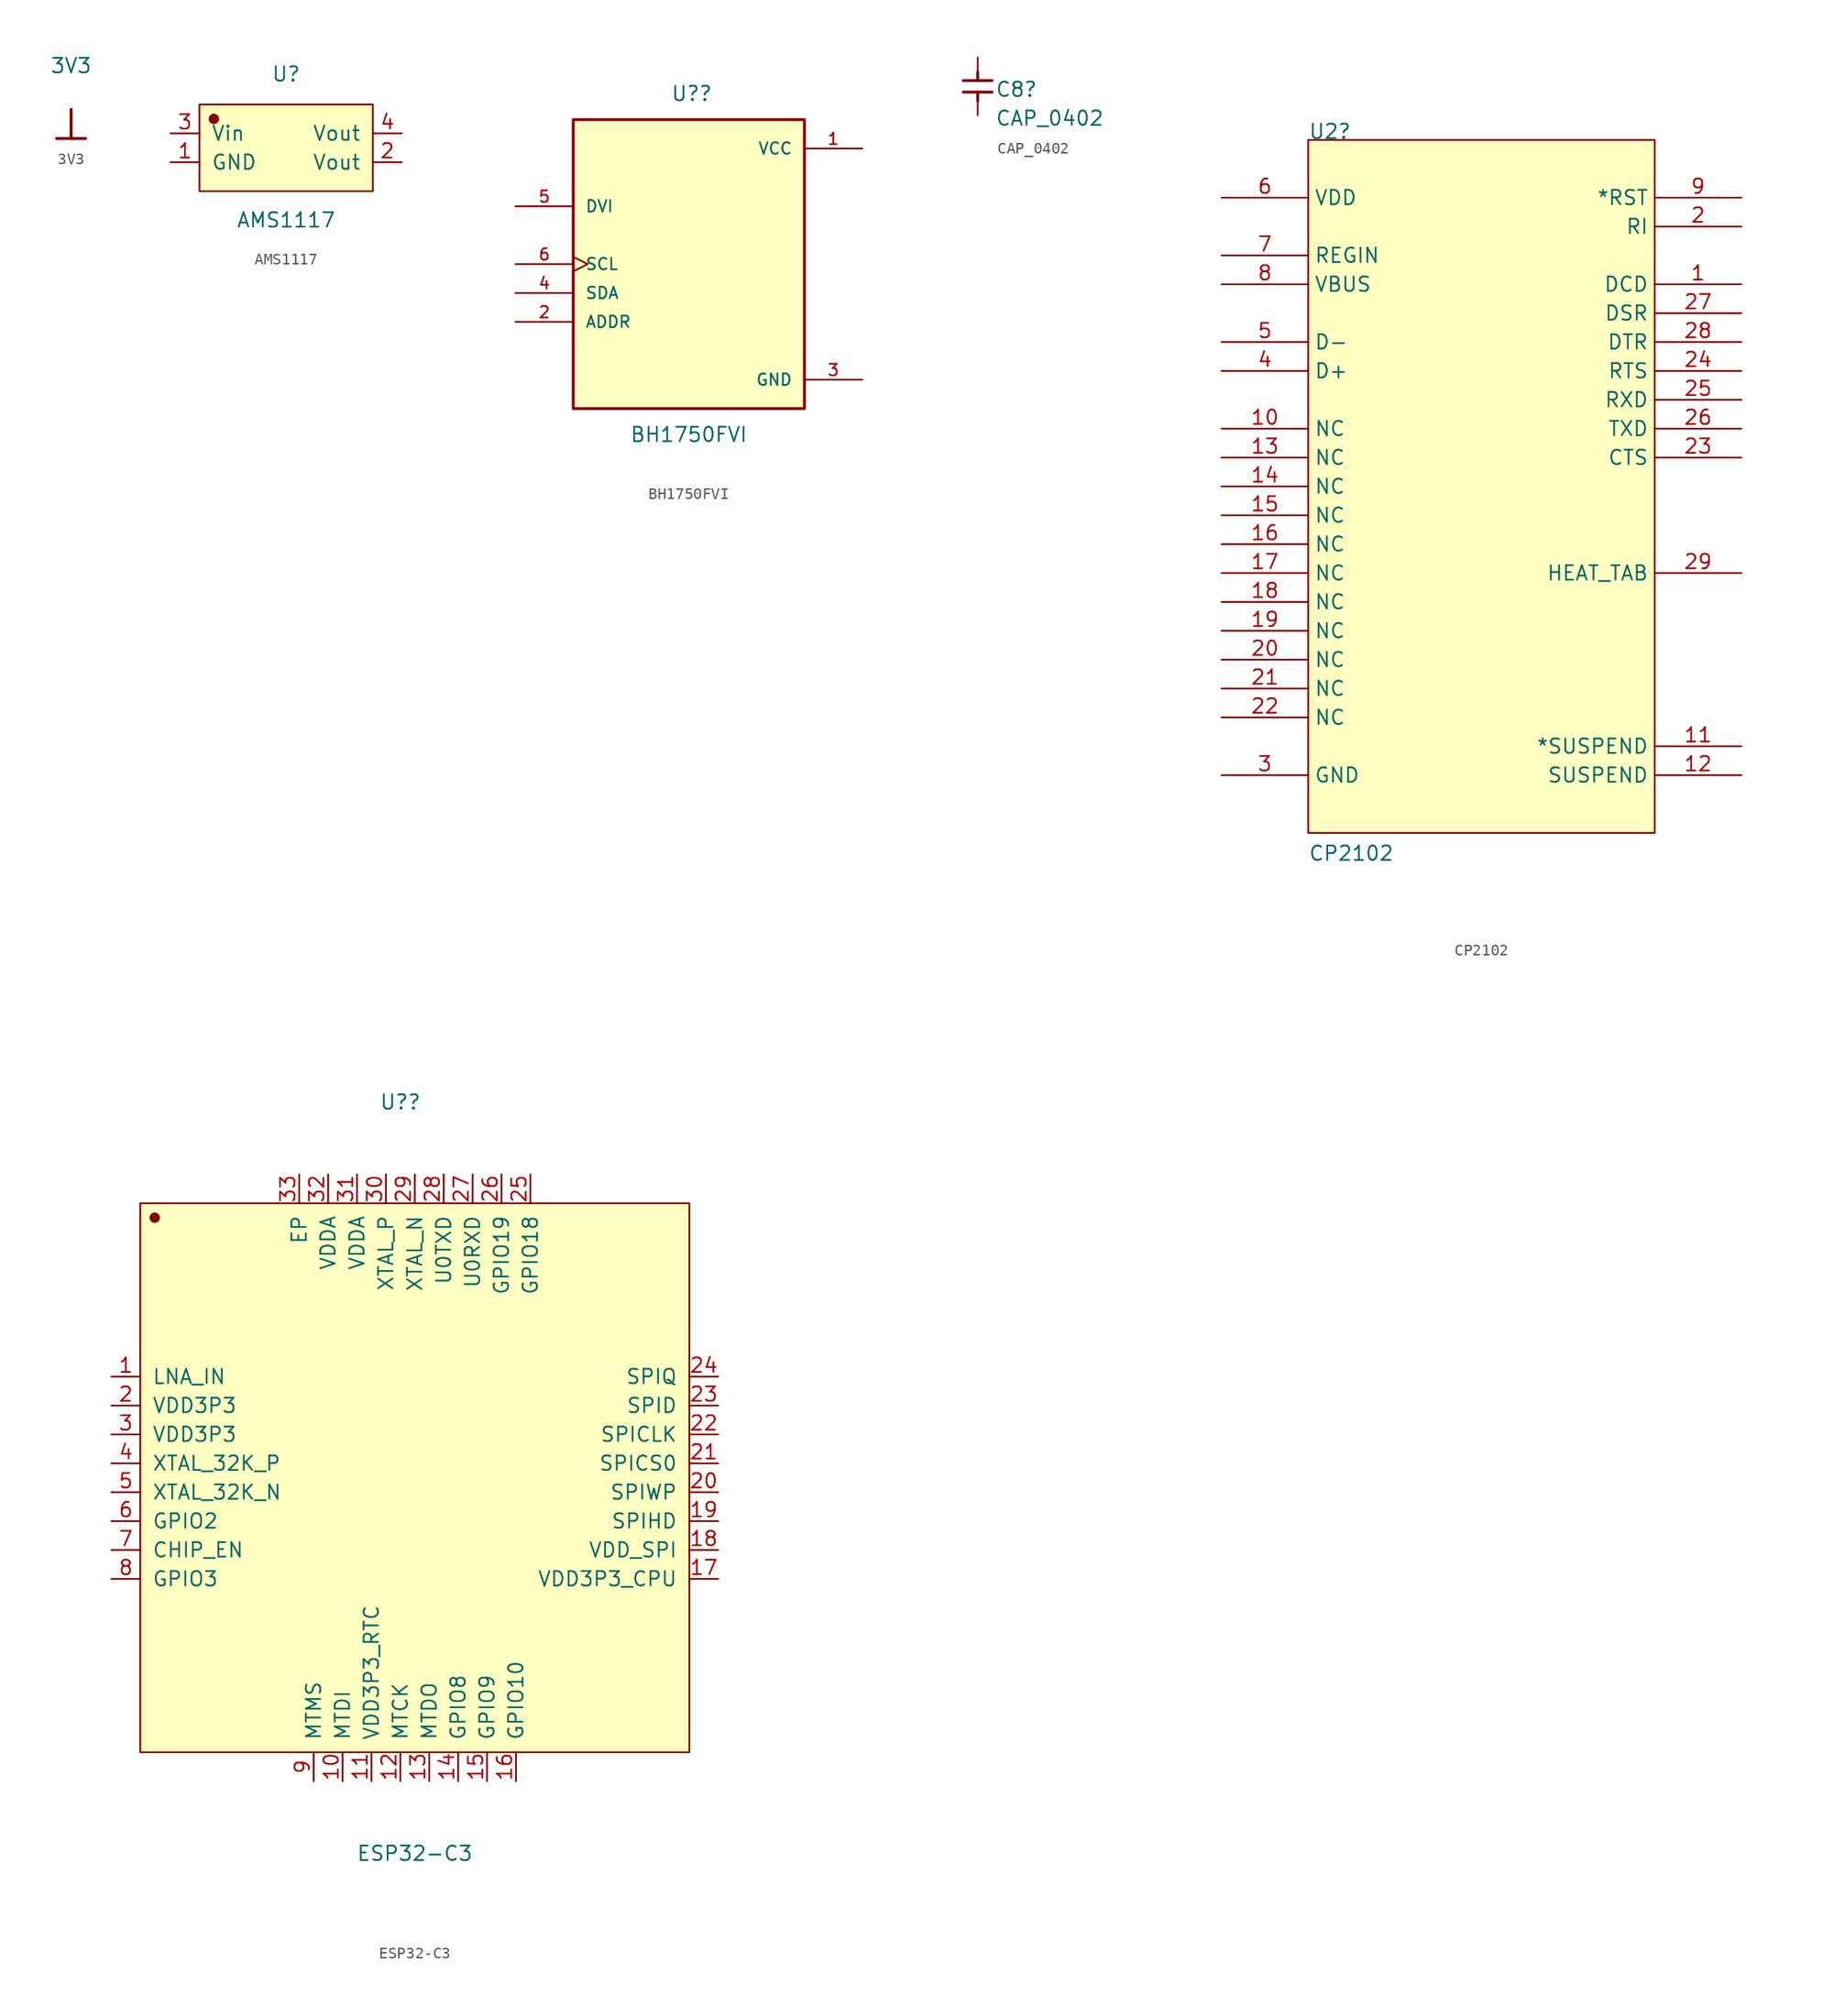
<source format=kicad_sym>
(kicad_symbol_lib
  (version 20220914)
  (generator kicad_symbol_editor)
  (symbol "3V3"
    (power)
    (property "Reference" "#PWR066"
      (at 0 0 0)
      (effects (font (size 1.27 1.27)) hide))
    (property "Value" "3V3"
      (at 0 3.81 0)
      (effects (font (size 1.27 1.27))))
    (symbol "3V3_0_0"
      (polyline (pts (xy -1.27 -2.54) (xy 1.27 -2.54)) (stroke (width 0.254) (type default)) (fill (type none)))
      (polyline (pts (xy 0 0) (xy 0 -2.54)) (stroke (width 0.254) (type default)) (fill (type none)))
      (pin power_in line (at 0 0 0) (length 0) hide (name "3V3" (effects (font (size 1.27 1.27)))) (number "" (effects (font (size 1.27 1.27)))))))
  (symbol "AMS1117"
    (pin_names
      (offset 1.016))
    (property "Reference" "U"
      (at 0 6.477 0)
      (effects (font (size 1.27 1.27))))
    (property "Value" "AMS1117"
      (at 0 -6.35 0)
      (effects (font (size 1.27 1.27))))
    (symbol "AMS1117_1_1"
      (rectangle (start -7.62 3.81) (end 7.62 -3.81) (stroke (width 0.152) (type default)) (fill (type background)))
      (circle (center -6.35 2.54) (radius 0.381) (stroke (width 0.152) (type default)) (fill (type outline)))
      (pin input line (at -10.16 -1.27 0) (length 2.54) (name "GND" (effects (font (size 1.27 1.27)))) (number "1" (effects (font (size 1.27 1.27)))))
      (pin input line (at 10.16 -1.27 180) (length 2.54) (name "Vout" (effects (font (size 1.27 1.27)))) (number "2" (effects (font (size 1.27 1.27)))))
      (pin input line (at -10.16 1.27 0) (length 2.54) (name "Vin" (effects (font (size 1.27 1.27)))) (number "3" (effects (font (size 1.27 1.27)))))
      (pin input line (at 10.16 1.27 180) (length 2.54) (name "Vout" (effects (font (size 1.27 1.27)))) (number "4" (effects (font (size 1.27 1.27)))))))
  (symbol "BH1750FVI"
    (pin_names
      (offset 1.016))
    (property "Reference" "U?"
      (at 0.254 14.986 0)
      (effects (font (size 1.27 1.27))))
    (property "Value" "BH1750FVI"
      (at 0 -14.986 0)
      (effects (font (size 1.27 1.27))))
    (property "ki_locked" ""
      (at 0 0 0)
      (effects (font (size 1.27 1.27))))
    (symbol "BH1750FVI_0_0"
      (rectangle (start -10.16 -12.7) (end 10.16 12.7) (stroke (width 0.254) (type default)) (fill (type background)))
      (pin power_in line (at 15.24 10.16 180) (length 5.08) (name "VCC" (effects (font (size 1.016 1.016)))) (number "1" (effects (font (size 1.016 1.016)))))
      (pin input line (at -15.24 -5.08 0) (length 5.08) (name "ADDR" (effects (font (size 1.016 1.016)))) (number "2" (effects (font (size 1.016 1.016)))))
      (pin power_in line (at 15.24 -10.16 180) (length 5.08) (name "GND" (effects (font (size 1.016 1.016)))) (number "3" (effects (font (size 1.016 1.016)))))
      (pin bidirectional line (at -15.24 -2.54 0) (length 5.08) (name "SDA" (effects (font (size 1.016 1.016)))) (number "4" (effects (font (size 1.016 1.016)))))
      (pin input line (at -15.24 5.08 0) (length 5.08) (name "DVI" (effects (font (size 1.016 1.016)))) (number "5" (effects (font (size 1.016 1.016)))))
      (pin input clock (at -15.24 0 0) (length 5.08) (name "SCL" (effects (font (size 1.016 1.016)))) (number "6" (effects (font (size 1.016 1.016)))))))
  (symbol "CAP_0402"
    (property "Reference" "C8"
      (at 1.524 -1.016 0)
      (effects (font (size 1.27 1.27)) (justify left bottom)))
    (property "Value" "CAP_0402"
      (at 1.524 -3.556 0)
      (effects (font (size 1.27 1.27)) (justify left bottom)))
    (symbol "CAP_0402_1_0"
      (polyline (pts (xy -1.27 0.508) (xy 1.27 0.508)) (stroke (width 0.254) (type default)) (fill (type none)))
      (polyline (pts (xy 0 -1.27) (xy 0 -0.508)) (stroke (width 0.254) (type default)) (fill (type none)))
      (polyline (pts (xy 0 1.27) (xy 0 0.508)) (stroke (width 0.254) (type default)) (fill (type none)))
      (polyline (pts (xy 1.27 -0.508) (xy -1.27 -0.508)) (stroke (width 0.254) (type default)) (fill (type none)))
      (pin passive line (at 0 -2.54 90) (length 1.27) (name "1" (effects (font (size 0 0)))) (number "1" (effects (font (size 0 0)))))
      (pin passive line (at 0 2.54 270) (length 1.27) (name "2" (effects (font (size 0 0)))) (number "2" (effects (font (size 0 0)))))))
  (symbol "CP2102"
    (property "Reference" "U2"
      (at 7.62 0 0)
      (effects (font (size 1.27 1.27)) (justify left bottom)))
    (property "Value" "CP2102"
      (at 7.62 -63.5 0)
      (effects (font (size 1.27 1.27)) (justify left bottom)))
    (symbol "CP2102_1_0"
      (rectangle (start 38.1 0) (end 7.62 -60.96) (stroke (width 0) (type default)) (fill (type background)))
      (pin passive line (at 45.72 -12.7 180) (length 7.62) (name "DCD" (effects (font (size 1.27 1.27)))) (number "1" (effects (font (size 1.27 1.27)))))
      (pin passive line (at 0 -25.4 0) (length 7.62) (name "NC" (effects (font (size 1.27 1.27)))) (number "10" (effects (font (size 1.27 1.27)))))
      (pin passive line (at 45.72 -53.34 180) (length 7.62) (name "*SUSPEND" (effects (font (size 1.27 1.27)))) (number "11" (effects (font (size 1.27 1.27)))))
      (pin passive line (at 45.72 -55.88 180) (length 7.62) (name "SUSPEND" (effects (font (size 1.27 1.27)))) (number "12" (effects (font (size 1.27 1.27)))))
      (pin passive line (at 0 -27.94 0) (length 7.62) (name "NC" (effects (font (size 1.27 1.27)))) (number "13" (effects (font (size 1.27 1.27)))))
      (pin passive line (at 0 -30.48 0) (length 7.62) (name "NC" (effects (font (size 1.27 1.27)))) (number "14" (effects (font (size 1.27 1.27)))))
      (pin passive line (at 0 -33.02 0) (length 7.62) (name "NC" (effects (font (size 1.27 1.27)))) (number "15" (effects (font (size 1.27 1.27)))))
      (pin passive line (at 0 -35.56 0) (length 7.62) (name "NC" (effects (font (size 1.27 1.27)))) (number "16" (effects (font (size 1.27 1.27)))))
      (pin passive line (at 0 -38.1 0) (length 7.62) (name "NC" (effects (font (size 1.27 1.27)))) (number "17" (effects (font (size 1.27 1.27)))))
      (pin passive line (at 0 -40.64 0) (length 7.62) (name "NC" (effects (font (size 1.27 1.27)))) (number "18" (effects (font (size 1.27 1.27)))))
      (pin passive line (at 0 -43.18 0) (length 7.62) (name "NC" (effects (font (size 1.27 1.27)))) (number "19" (effects (font (size 1.27 1.27)))))
      (pin passive line (at 45.72 -7.62 180) (length 7.62) (name "RI" (effects (font (size 1.27 1.27)))) (number "2" (effects (font (size 1.27 1.27)))))
      (pin passive line (at 0 -45.72 0) (length 7.62) (name "NC" (effects (font (size 1.27 1.27)))) (number "20" (effects (font (size 1.27 1.27)))))
      (pin passive line (at 0 -48.26 0) (length 7.62) (name "NC" (effects (font (size 1.27 1.27)))) (number "21" (effects (font (size 1.27 1.27)))))
      (pin passive line (at 0 -50.8 0) (length 7.62) (name "NC" (effects (font (size 1.27 1.27)))) (number "22" (effects (font (size 1.27 1.27)))))
      (pin passive line (at 45.72 -27.94 180) (length 7.62) (name "CTS" (effects (font (size 1.27 1.27)))) (number "23" (effects (font (size 1.27 1.27)))))
      (pin passive line (at 45.72 -20.32 180) (length 7.62) (name "RTS" (effects (font (size 1.27 1.27)))) (number "24" (effects (font (size 1.27 1.27)))))
      (pin passive line (at 45.72 -22.86 180) (length 7.62) (name "RXD" (effects (font (size 1.27 1.27)))) (number "25" (effects (font (size 1.27 1.27)))))
      (pin passive line (at 45.72 -25.4 180) (length 7.62) (name "TXD" (effects (font (size 1.27 1.27)))) (number "26" (effects (font (size 1.27 1.27)))))
      (pin passive line (at 45.72 -15.24 180) (length 7.62) (name "DSR" (effects (font (size 1.27 1.27)))) (number "27" (effects (font (size 1.27 1.27)))))
      (pin passive line (at 45.72 -17.78 180) (length 7.62) (name "DTR" (effects (font (size 1.27 1.27)))) (number "28" (effects (font (size 1.27 1.27)))))
      (pin passive line (at 45.72 -38.1 180) (length 7.62) (name "HEAT_TAB" (effects (font (size 1.27 1.27)))) (number "29" (effects (font (size 1.27 1.27)))))
      (pin passive line (at 0 -55.88 0) (length 7.62) (name "GND" (effects (font (size 1.27 1.27)))) (number "3" (effects (font (size 1.27 1.27)))))
      (pin passive line (at 0 -20.32 0) (length 7.62) (name "D+" (effects (font (size 1.27 1.27)))) (number "4" (effects (font (size 1.27 1.27)))))
      (pin passive line (at 0 -17.78 0) (length 7.62) (name "D-" (effects (font (size 1.27 1.27)))) (number "5" (effects (font (size 1.27 1.27)))))
      (pin passive line (at 0 -5.08 0) (length 7.62) (name "VDD" (effects (font (size 1.27 1.27)))) (number "6" (effects (font (size 1.27 1.27)))))
      (pin passive line (at 0 -10.16 0) (length 7.62) (name "REGIN" (effects (font (size 1.27 1.27)))) (number "7" (effects (font (size 1.27 1.27)))))
      (pin passive line (at 0 -12.7 0) (length 7.62) (name "VBUS" (effects (font (size 1.27 1.27)))) (number "8" (effects (font (size 1.27 1.27)))))
      (pin passive line (at 45.72 -5.08 180) (length 7.62) (name "*RST" (effects (font (size 1.27 1.27)))) (number "9" (effects (font (size 1.27 1.27)))))))
  (symbol "ESP32-C3"
    (pin_names
      (offset 1.016))
    (property "Reference" "U?"
      (at 3.81 33.02 0)
      (effects (font (size 1.27 1.27))))
    (property "Value" "ESP32-C3"
      (at 5.08 -33.02 0)
      (effects (font (size 1.27 1.27))))
    (symbol "ESP32-C3_1_1"
      (rectangle (start -19.05 24.13) (end 29.21 -24.13) (stroke (width 0.152) (type default)) (fill (type background)))
      (circle (center -17.78 22.86) (radius 0.381) (stroke (width 0.152) (type default)) (fill (type outline)))
      (pin input line (at -21.59 8.89 0) (length 2.54) (name "LNA_IN" (effects (font (size 1.27 1.27)))) (number "1" (effects (font (size 1.27 1.27)))))
      (pin input line (at -1.27 -26.67 90) (length 2.54) (name "MTDI" (effects (font (size 1.27 1.27)))) (number "10" (effects (font (size 1.27 1.27)))))
      (pin input line (at 1.27 -26.67 90) (length 2.54) (name "VDD3P3_RTC" (effects (font (size 1.27 1.27)))) (number "11" (effects (font (size 1.27 1.27)))))
      (pin input line (at 3.81 -26.67 90) (length 2.54) (name "MTCK" (effects (font (size 1.27 1.27)))) (number "12" (effects (font (size 1.27 1.27)))))
      (pin input line (at 6.35 -26.67 90) (length 2.54) (name "MTDO" (effects (font (size 1.27 1.27)))) (number "13" (effects (font (size 1.27 1.27)))))
      (pin input line (at 8.89 -26.67 90) (length 2.54) (name "GPIO8" (effects (font (size 1.27 1.27)))) (number "14" (effects (font (size 1.27 1.27)))))
      (pin input line (at 11.43 -26.67 90) (length 2.54) (name "GPIO9" (effects (font (size 1.27 1.27)))) (number "15" (effects (font (size 1.27 1.27)))))
      (pin input line (at 13.97 -26.67 90) (length 2.54) (name "GPIO10" (effects (font (size 1.27 1.27)))) (number "16" (effects (font (size 1.27 1.27)))))
      (pin input line (at 31.75 -8.89 180) (length 2.54) (name "VDD3P3_CPU" (effects (font (size 1.27 1.27)))) (number "17" (effects (font (size 1.27 1.27)))))
      (pin input line (at 31.75 -6.35 180) (length 2.54) (name "VDD_SPI" (effects (font (size 1.27 1.27)))) (number "18" (effects (font (size 1.27 1.27)))))
      (pin input line (at 31.75 -3.81 180) (length 2.54) (name "SPIHD" (effects (font (size 1.27 1.27)))) (number "19" (effects (font (size 1.27 1.27)))))
      (pin input line (at -21.59 6.35 0) (length 2.54) (name "VDD3P3" (effects (font (size 1.27 1.27)))) (number "2" (effects (font (size 1.27 1.27)))))
      (pin input line (at 31.75 -1.27 180) (length 2.54) (name "SPIWP" (effects (font (size 1.27 1.27)))) (number "20" (effects (font (size 1.27 1.27)))))
      (pin input line (at 31.75 1.27 180) (length 2.54) (name "SPICS0" (effects (font (size 1.27 1.27)))) (number "21" (effects (font (size 1.27 1.27)))))
      (pin input line (at 31.75 3.81 180) (length 2.54) (name "SPICLK" (effects (font (size 1.27 1.27)))) (number "22" (effects (font (size 1.27 1.27)))))
      (pin input line (at 31.75 6.35 180) (length 2.54) (name "SPID" (effects (font (size 1.27 1.27)))) (number "23" (effects (font (size 1.27 1.27)))))
      (pin input line (at 31.75 8.89 180) (length 2.54) (name "SPIQ" (effects (font (size 1.27 1.27)))) (number "24" (effects (font (size 1.27 1.27)))))
      (pin input line (at 15.24 26.67 270) (length 2.54) (name "GPIO18" (effects (font (size 1.27 1.27)))) (number "25" (effects (font (size 1.27 1.27)))))
      (pin input line (at 12.7 26.67 270) (length 2.54) (name "GPIO19" (effects (font (size 1.27 1.27)))) (number "26" (effects (font (size 1.27 1.27)))))
      (pin input line (at 10.16 26.67 270) (length 2.54) (name "U0RXD" (effects (font (size 1.27 1.27)))) (number "27" (effects (font (size 1.27 1.27)))))
      (pin input line (at 7.62 26.67 270) (length 2.54) (name "U0TXD" (effects (font (size 1.27 1.27)))) (number "28" (effects (font (size 1.27 1.27)))))
      (pin input line (at 5.08 26.67 270) (length 2.54) (name "XTAL_N" (effects (font (size 1.27 1.27)))) (number "29" (effects (font (size 1.27 1.27)))))
      (pin input line (at -21.59 3.81 0) (length 2.54) (name "VDD3P3" (effects (font (size 1.27 1.27)))) (number "3" (effects (font (size 1.27 1.27)))))
      (pin input line (at 2.54 26.67 270) (length 2.54) (name "XTAL_P" (effects (font (size 1.27 1.27)))) (number "30" (effects (font (size 1.27 1.27)))))
      (pin input line (at 0 26.67 270) (length 2.54) (name "VDDA" (effects (font (size 1.27 1.27)))) (number "31" (effects (font (size 1.27 1.27)))))
      (pin input line (at -2.54 26.67 270) (length 2.54) (name "VDDA" (effects (font (size 1.27 1.27)))) (number "32" (effects (font (size 1.27 1.27)))))
      (pin input line (at -5.08 26.67 270) (length 2.54) (name "EP" (effects (font (size 1.27 1.27)))) (number "33" (effects (font (size 1.27 1.27)))))
      (pin input line (at -21.59 1.27 0) (length 2.54) (name "XTAL_32K_P" (effects (font (size 1.27 1.27)))) (number "4" (effects (font (size 1.27 1.27)))))
      (pin input line (at -21.59 -1.27 0) (length 2.54) (name "XTAL_32K_N" (effects (font (size 1.27 1.27)))) (number "5" (effects (font (size 1.27 1.27)))))
      (pin input line (at -21.59 -3.81 0) (length 2.54) (name "GPIO2" (effects (font (size 1.27 1.27)))) (number "6" (effects (font (size 1.27 1.27)))))
      (pin input line (at -21.59 -6.35 0) (length 2.54) (name "CHIP_EN" (effects (font (size 1.27 1.27)))) (number "7" (effects (font (size 1.27 1.27)))))
      (pin input line (at -21.59 -8.89 0) (length 2.54) (name "GPIO3" (effects (font (size 1.27 1.27)))) (number "8" (effects (font (size 1.27 1.27)))))
      (pin input line (at -3.81 -26.67 90) (length 2.54) (name "MTMS" (effects (font (size 1.27 1.27)))) (number "9" (effects (font (size 1.27 1.27))))))))
</source>
